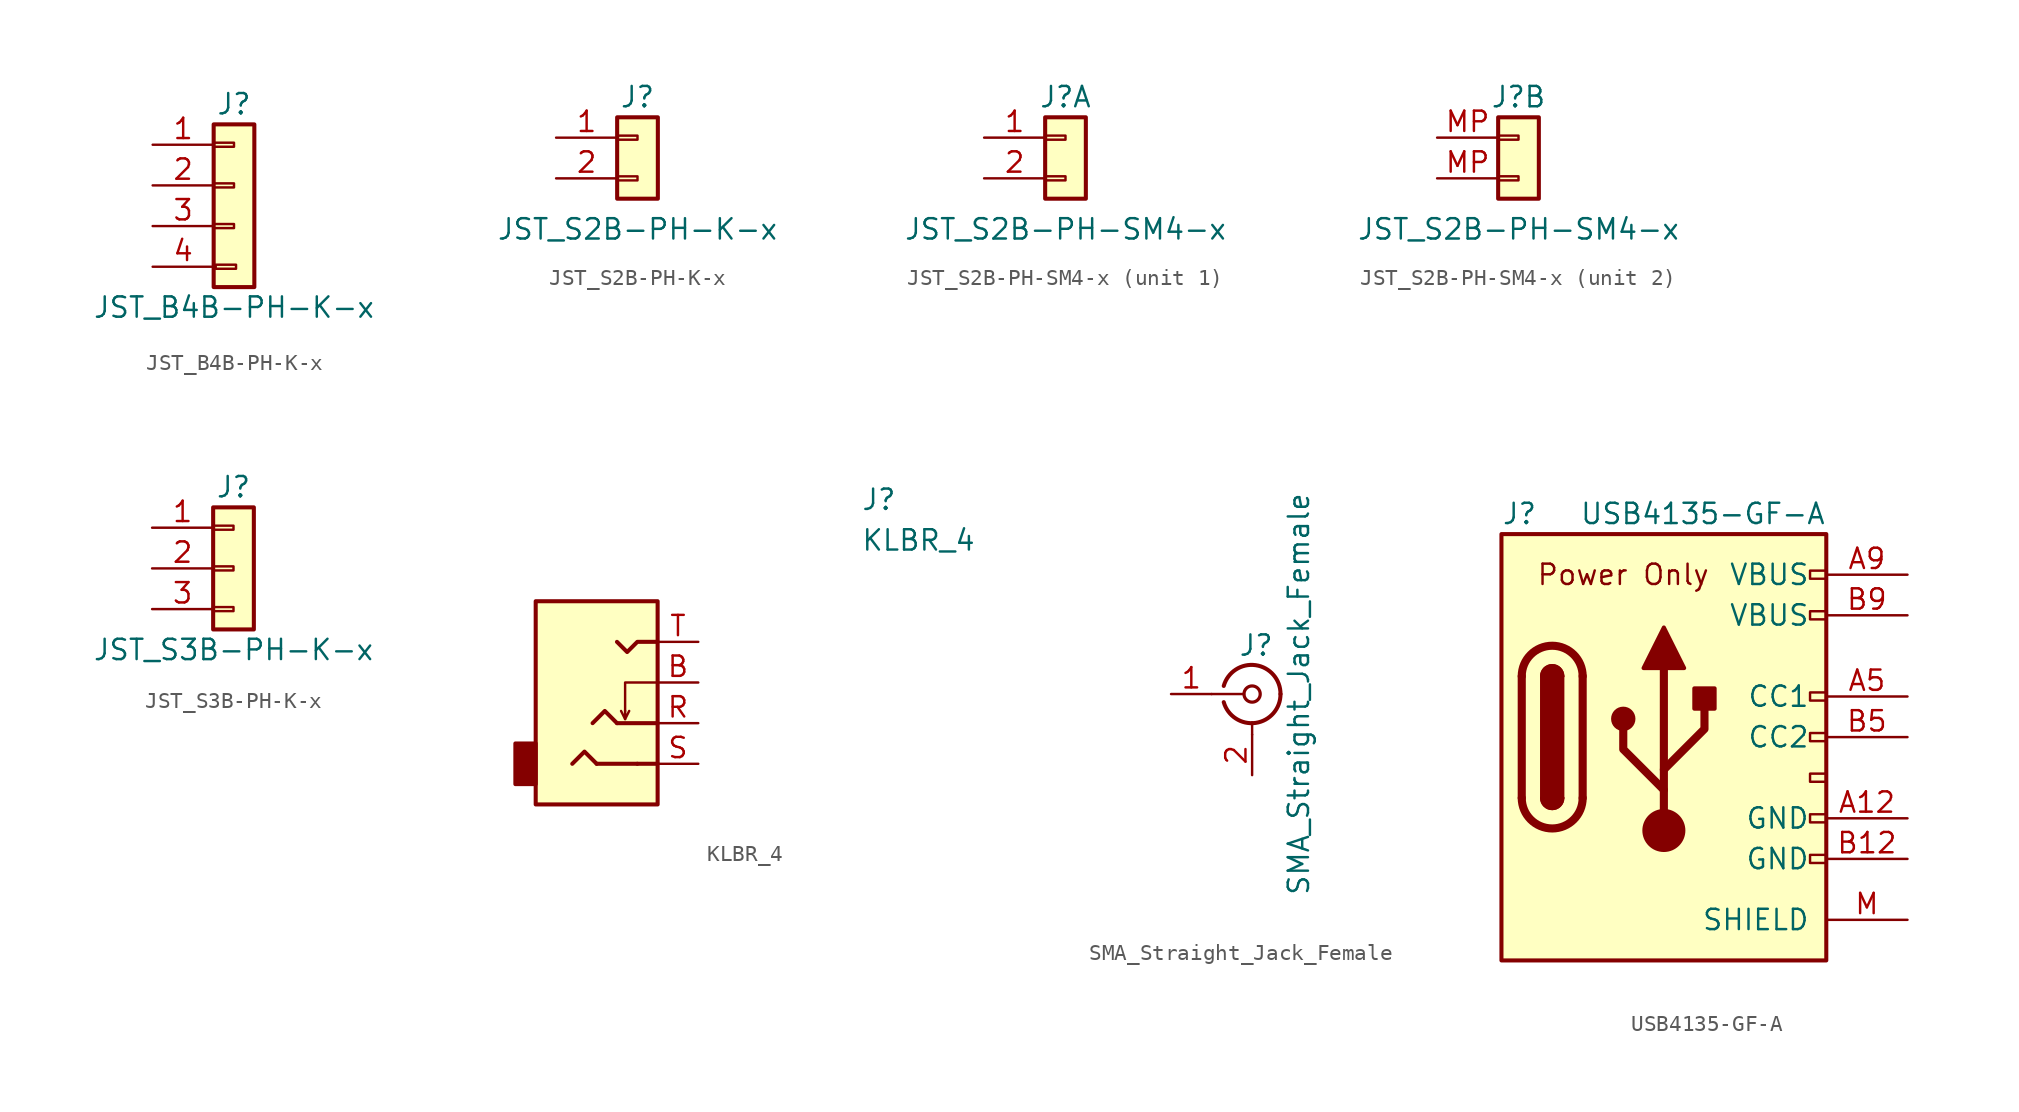
<source format=kicad_sym>
(kicad_symbol_lib
  (version 20220914)
  (generator kicad_symbol_editor)
  (symbol "JST_B4B-PH-K-x"
    (pin_names
      (offset 3) hide)
    (property "Reference" "J"
      (at 0 5.08 0)
      (effects (font (size 1.27 1.27))))
    (property "Value" "JST_B4B-PH-K-x"
      (at 0 -7.62 0)
      (effects (font (size 1.27 1.27))))
    (symbol "JST_B4B-PH-K-x_1_1"
      (rectangle (start -1.27 -2.413) (end 0 -2.667) (stroke (width 0.152) (type default)) (fill (type none)))
      (rectangle (start -1.27 0.127) (end 0 -0.127) (stroke (width 0.152) (type default)) (fill (type none)))
      (rectangle (start -1.27 2.667) (end 0 2.413) (stroke (width 0.152) (type default)) (fill (type none)))
      (rectangle (start -1.27 3.81) (end 1.27 -6.35) (stroke (width 0.254) (type default)) (fill (type background)))
      (rectangle (start -1.143 -4.953) (end 0.127 -5.207) (stroke (width 0.152) (type default)) (fill (type none)))
      (pin passive line (at -5.08 2.54 0) (length 3.81) (name "Pin_1" (effects (font (size 1.27 1.27)))) (number "1" (effects (font (size 1.27 1.27)))))
      (pin passive line (at -5.08 0 0) (length 3.81) (name "Pin_2" (effects (font (size 1.27 1.27)))) (number "2" (effects (font (size 1.27 1.27)))))
      (pin passive line (at -5.08 -2.54 0) (length 3.81) (name "Pin_3" (effects (font (size 1.27 1.27)))) (number "3" (effects (font (size 1.27 1.27)))))
      (pin passive line (at -5.08 -5.08 0) (length 3.81) (name "Pin_4" (effects (font (size 1.27 1.27)))) (number "4" (effects (font (size 1.27 1.27)))))))
  (symbol "JST_S2B-PH-K-x"
    (pin_names
      (offset 3) hide)
    (property "Reference" "J"
      (at 0 5.08 0)
      (effects (font (size 1.27 1.27))))
    (property "Value" "JST_S2B-PH-K-x"
      (at 0 -3.175 0)
      (effects (font (size 1.27 1.27))))
    (symbol "JST_S2B-PH-K-x_1_1"
      (rectangle (start -1.27 0.127) (end 0 -0.127) (stroke (width 0.152) (type default)) (fill (type none)))
      (rectangle (start -1.27 2.667) (end 0 2.413) (stroke (width 0.152) (type default)) (fill (type none)))
      (rectangle (start -1.27 3.81) (end 1.27 -1.27) (stroke (width 0.254) (type default)) (fill (type background)))
      (pin passive line (at -5.08 2.54 0) (length 3.81) (name "Pin_1" (effects (font (size 1.27 1.27)))) (number "1" (effects (font (size 1.27 1.27)))))
      (pin passive line (at -5.08 0 0) (length 3.81) (name "Pin_2" (effects (font (size 1.27 1.27)))) (number "2" (effects (font (size 1.27 1.27)))))))
  (symbol "JST_S2B-PH-SM4-x"
    (pin_names
      (offset 3) hide)
    (property "Reference" "J"
      (at 0 5.08 0)
      (effects (font (size 1.27 1.27))))
    (property "Value" "JST_S2B-PH-SM4-x"
      (at 0 -3.175 0)
      (effects (font (size 1.27 1.27))))
    (property "ki_locked" ""
      (at 0 0 0)
      (effects (font (size 1.27 1.27))))
    (symbol "JST_S2B-PH-SM4-x_1_1"
      (rectangle (start -1.27 0.127) (end 0 -0.127) (stroke (width 0.152) (type default)) (fill (type none)))
      (rectangle (start -1.27 2.667) (end 0 2.413) (stroke (width 0.152) (type default)) (fill (type none)))
      (rectangle (start -1.27 3.81) (end 1.27 -1.27) (stroke (width 0.254) (type default)) (fill (type background)))
      (pin passive line (at -5.08 2.54 0) (length 3.81) (name "Pin_1" (effects (font (size 1.27 1.27)))) (number "1" (effects (font (size 1.27 1.27)))))
      (pin passive line (at -5.08 0 0) (length 3.81) (name "Pin_2" (effects (font (size 1.27 1.27)))) (number "2" (effects (font (size 1.27 1.27))))))
    (symbol "JST_S2B-PH-SM4-x_2_1"
      (rectangle (start -1.27 0.127) (end 0 -0.127) (stroke (width 0.152) (type default)) (fill (type none)))
      (rectangle (start -1.27 2.667) (end 0 2.413) (stroke (width 0.152) (type default)) (fill (type none)))
      (rectangle (start -1.27 3.81) (end 1.27 -1.27) (stroke (width 0.254) (type default)) (fill (type background)))
      (pin passive line (at -5.08 0 0) (length 3.81) (name "MP" (effects (font (size 1.27 1.27)))) (number "MP" (effects (font (size 1.27 1.27)))))
      (pin passive line (at -5.08 2.54 0) (length 3.81) (name "MP" (effects (font (size 1.27 1.27)))) (number "MP" (effects (font (size 1.27 1.27)))))))
  (symbol "JST_S3B-PH-K-x"
    (pin_names
      (offset 3) hide)
    (property "Reference" "J"
      (at 0 5.08 0)
      (effects (font (size 1.27 1.27))))
    (property "Value" "JST_S3B-PH-K-x"
      (at 0 -5.08 0)
      (effects (font (size 1.27 1.27))))
    (symbol "JST_S3B-PH-K-x_1_1"
      (rectangle (start -1.27 -2.413) (end 0 -2.667) (stroke (width 0.152) (type default)) (fill (type none)))
      (rectangle (start -1.27 0.127) (end 0 -0.127) (stroke (width 0.152) (type default)) (fill (type none)))
      (rectangle (start -1.27 2.667) (end 0 2.413) (stroke (width 0.152) (type default)) (fill (type none)))
      (rectangle (start -1.27 3.81) (end 1.27 -3.81) (stroke (width 0.254) (type default)) (fill (type background)))
      (pin passive line (at -5.08 2.54 0) (length 3.81) (name "Pin_1" (effects (font (size 1.27 1.27)))) (number "1" (effects (font (size 1.27 1.27)))))
      (pin passive line (at -5.08 0 0) (length 3.81) (name "Pin_2" (effects (font (size 1.27 1.27)))) (number "2" (effects (font (size 1.27 1.27)))))
      (pin passive line (at -5.08 -2.54 0) (length 3.81) (name "Pin_3" (effects (font (size 1.27 1.27)))) (number "3" (effects (font (size 1.27 1.27)))))))
  (symbol "KLBR_4"
    (pin_names
      (offset 0.762))
    (property "Reference" "J"
      (at 16.51 12.7 0)
      (effects (font (size 1.27 1.27)) (justify left)))
    (property "Value" "KLBR_4"
      (at 16.51 10.16 0)
      (effects (font (size 1.27 1.27)) (justify left)))
    (symbol "KLBR_4_0_1"
      (polyline (pts (xy 1.778 -1.016) (xy 1.524 -0.508)) (stroke (width 0) (type default)) (fill (type none)))
      (polyline (pts (xy 1.778 -0.508) (xy 1.778 -0.508)) (stroke (width 0) (type default)) (fill (type none)))
      (polyline (pts (xy 3.81 -3.81) (xy 2.54 -3.81)) (stroke (width 0.254) (type default)) (fill (type none)))
      (polyline (pts (xy 3.81 -1.27) (xy 1.27 -1.27)) (stroke (width 0.254) (type default)) (fill (type none)))
      (polyline (pts (xy 1.27 -1.27) (xy 0.508 -0.508) (xy -0.254 -1.27)) (stroke (width 0.254) (type default)) (fill (type none)))
      (polyline (pts (xy 3.81 1.27) (xy 1.778 1.27) (xy 1.778 -1.016) (xy 2.032 -0.508)) (stroke (width 0) (type default)) (fill (type none))))
    (symbol "KLBR_4_1_1"
      (rectangle (start -3.81 -2.54) (end -5.08 -5.08) (stroke (width 0.254) (type default)) (fill (type outline)))
      (polyline (pts (xy 2.54 -3.81) (xy 0 -3.81)) (stroke (width 0.254) (type default)) (fill (type none)))
      (polyline (pts (xy 0 -3.81) (xy -0.762 -3.048) (xy -1.524 -3.81)) (stroke (width 0.254) (type default)) (fill (type none)))
      (polyline (pts (xy 1.27 3.81) (xy 1.905 3.175) (xy 2.54 3.81) (xy 3.81 3.81)) (stroke (width 0.254) (type default)) (fill (type none)))
      (rectangle (start 3.81 6.35) (end -3.81 -6.35) (stroke (width 0.254) (type default)) (fill (type background)))
      (pin passive line (at 6.35 1.27 180) (length 2.54) (name "~" (effects (font (size 1.27 1.27)))) (number "B" (effects (font (size 1.27 1.27)))))
      (pin passive line (at 6.35 -1.27 180) (length 2.54) (name "~" (effects (font (size 1.27 1.27)))) (number "R" (effects (font (size 1.27 1.27)))))
      (pin passive line (at 6.35 -3.81 180) (length 2.54) (name "~" (effects (font (size 1.27 1.27)))) (number "S" (effects (font (size 1.27 1.27)))))
      (pin passive line (at 6.35 3.81 180) (length 2.54) (name "~" (effects (font (size 1.27 1.27)))) (number "T" (effects (font (size 1.27 1.27)))))))
  (symbol "SMA_Straight_Jack_Female"
    (pin_names
      (offset 1.016) hide)
    (property "Reference" "J"
      (at 0.254 3.048 0)
      (effects (font (size 1.27 1.27))))
    (property "Value" "SMA_Straight_Jack_Female"
      (at 2.921 0 90)
      (effects (font (size 1.27 1.27))))
    (symbol "SMA_Straight_Jack_Female_0_1"
      (arc (start -1.778 -0.508) (mid 0.2311 -1.8066) (end 1.778 0) (stroke (width 0.254) (type default)) (fill (type none)))
      (polyline (pts (xy -2.54 0) (xy -0.508 0)) (stroke (width 0) (type default)) (fill (type none)))
      (polyline (pts (xy 0 -2.54) (xy 0 -1.778)) (stroke (width 0) (type default)) (fill (type none)))
      (circle (center 0 0) (radius 0.508) (stroke (width 0.203) (type default)) (fill (type none)))
      (arc (start 1.778 0) (mid 0.2099 1.8101) (end -1.778 0.508) (stroke (width 0.254) (type default)) (fill (type none))))
    (symbol "SMA_Straight_Jack_Female_1_1"
      (pin passive line (at -5.08 0 0) (length 2.54) (name "In" (effects (font (size 1.27 1.27)))) (number "1" (effects (font (size 1.27 1.27)))))
      (pin passive line (at 0 -5.08 90) (length 2.54) (name "Ext" (effects (font (size 1.27 1.27)))) (number "2" (effects (font (size 1.27 1.27)))))))
  (symbol "USB4135-GF-A"
    (pin_names
      (offset 1.016))
    (property "Reference" "J"
      (at -10.16 13.97 0)
      (effects (font (size 1.27 1.27)) (justify left)))
    (property "Value" "USB4135-GF-A"
      (at 10.16 13.97 0)
      (effects (font (size 1.27 1.27)) (justify right)))
    (symbol "USB4135-GF-A_0_0"
      (rectangle (start 10.16 -7.366) (end 9.144 -7.874) (stroke (width 0) (type default)) (fill (type none)))
      (rectangle (start 10.16 -4.826) (end 9.144 -5.334) (stroke (width 0) (type default)) (fill (type none)))
      (rectangle (start 10.16 -2.286) (end 9.144 -2.794) (stroke (width 0) (type default)) (fill (type none)))
      (rectangle (start 10.16 0.254) (end 9.144 -0.254) (stroke (width 0) (type default)) (fill (type none)))
      (rectangle (start 10.16 2.794) (end 9.144 2.286) (stroke (width 0) (type default)) (fill (type none)))
      (rectangle (start 10.16 7.874) (end 9.144 7.366) (stroke (width 0) (type default)) (fill (type none)))
      (rectangle (start 10.16 10.414) (end 9.144 9.906) (stroke (width 0) (type default)) (fill (type none)))
      (text "Power Only" (at -2.54 10.16 0) (effects (font (size 1.27 1.27)))))
    (symbol "USB4135-GF-A_0_1"
      (rectangle (start -10.16 12.7) (end 10.16 -13.97) (stroke (width 0.254) (type default)) (fill (type background)))
      (arc (start -8.89 -3.81) (mid -6.985 -5.7067) (end -5.08 -3.81) (stroke (width 0.508) (type default)) (fill (type none)))
      (arc (start -7.62 -3.81) (mid -6.985 -4.4423) (end -6.35 -3.81) (stroke (width 0.254) (type default)) (fill (type none)))
      (arc (start -7.62 -3.81) (mid -6.985 -4.4423) (end -6.35 -3.81) (stroke (width 0.254) (type default)) (fill (type outline)))
      (rectangle (start -7.62 -3.81) (end -6.35 3.81) (stroke (width 0.254) (type default)) (fill (type outline)))
      (arc (start -6.35 3.81) (mid -6.985 4.4423) (end -7.62 3.81) (stroke (width 0.254) (type default)) (fill (type none)))
      (arc (start -6.35 3.81) (mid -6.985 4.4423) (end -7.62 3.81) (stroke (width 0.254) (type default)) (fill (type outline)))
      (arc (start -5.08 3.81) (mid -6.985 5.7067) (end -8.89 3.81) (stroke (width 0.508) (type default)) (fill (type none)))
      (circle (center -2.54 1.143) (radius 0.635) (stroke (width 0.254) (type default)) (fill (type outline)))
      (circle (center 0 -5.842) (radius 1.27) (stroke (width 0) (type default)) (fill (type outline)))
      (polyline (pts (xy -8.89 -3.81) (xy -8.89 3.81)) (stroke (width 0.508) (type default)) (fill (type none)))
      (polyline (pts (xy -5.08 3.81) (xy -5.08 -3.81)) (stroke (width 0.508) (type default)) (fill (type none)))
      (polyline (pts (xy 0 -5.842) (xy 0 4.318)) (stroke (width 0.508) (type default)) (fill (type none)))
      (polyline (pts (xy 0 -3.302) (xy -2.54 -0.762) (xy -2.54 0.508)) (stroke (width 0.508) (type default)) (fill (type none)))
      (polyline (pts (xy 0 -2.032) (xy 2.54 0.508) (xy 2.54 1.778)) (stroke (width 0.508) (type default)) (fill (type none)))
      (polyline (pts (xy -1.27 4.318) (xy 0 6.858) (xy 1.27 4.318) (xy -1.27 4.318)) (stroke (width 0.254) (type default)) (fill (type outline)))
      (rectangle (start 1.905 1.778) (end 3.175 3.048) (stroke (width 0.254) (type default)) (fill (type outline))))
    (symbol "USB4135-GF-A_1_1"
      (pin passive line (at 15.24 -5.08 180) (length 5.08) (name "GND" (effects (font (size 1.27 1.27)))) (number "A12" (effects (font (size 1.27 1.27)))))
      (pin bidirectional line (at 15.24 2.54 180) (length 5.08) (name "CC1" (effects (font (size 1.27 1.27)))) (number "A5" (effects (font (size 1.27 1.27)))))
      (pin passive line (at 15.24 10.16 180) (length 5.08) (name "VBUS" (effects (font (size 1.27 1.27)))) (number "A9" (effects (font (size 1.27 1.27)))))
      (pin passive line (at 15.24 -7.62 180) (length 5.08) (name "GND" (effects (font (size 1.27 1.27)))) (number "B12" (effects (font (size 1.27 1.27)))))
      (pin bidirectional line (at 15.24 0 180) (length 5.08) (name "CC2" (effects (font (size 1.27 1.27)))) (number "B5" (effects (font (size 1.27 1.27)))))
      (pin passive line (at 15.24 7.62 180) (length 5.08) (name "VBUS" (effects (font (size 1.27 1.27)))) (number "B9" (effects (font (size 1.27 1.27)))))
      (pin passive line (at 15.24 -11.43 180) (length 5.08) (name "SHIELD" (effects (font (size 1.27 1.27)))) (number "M" (effects (font (size 1.27 1.27))))))))
</source>
